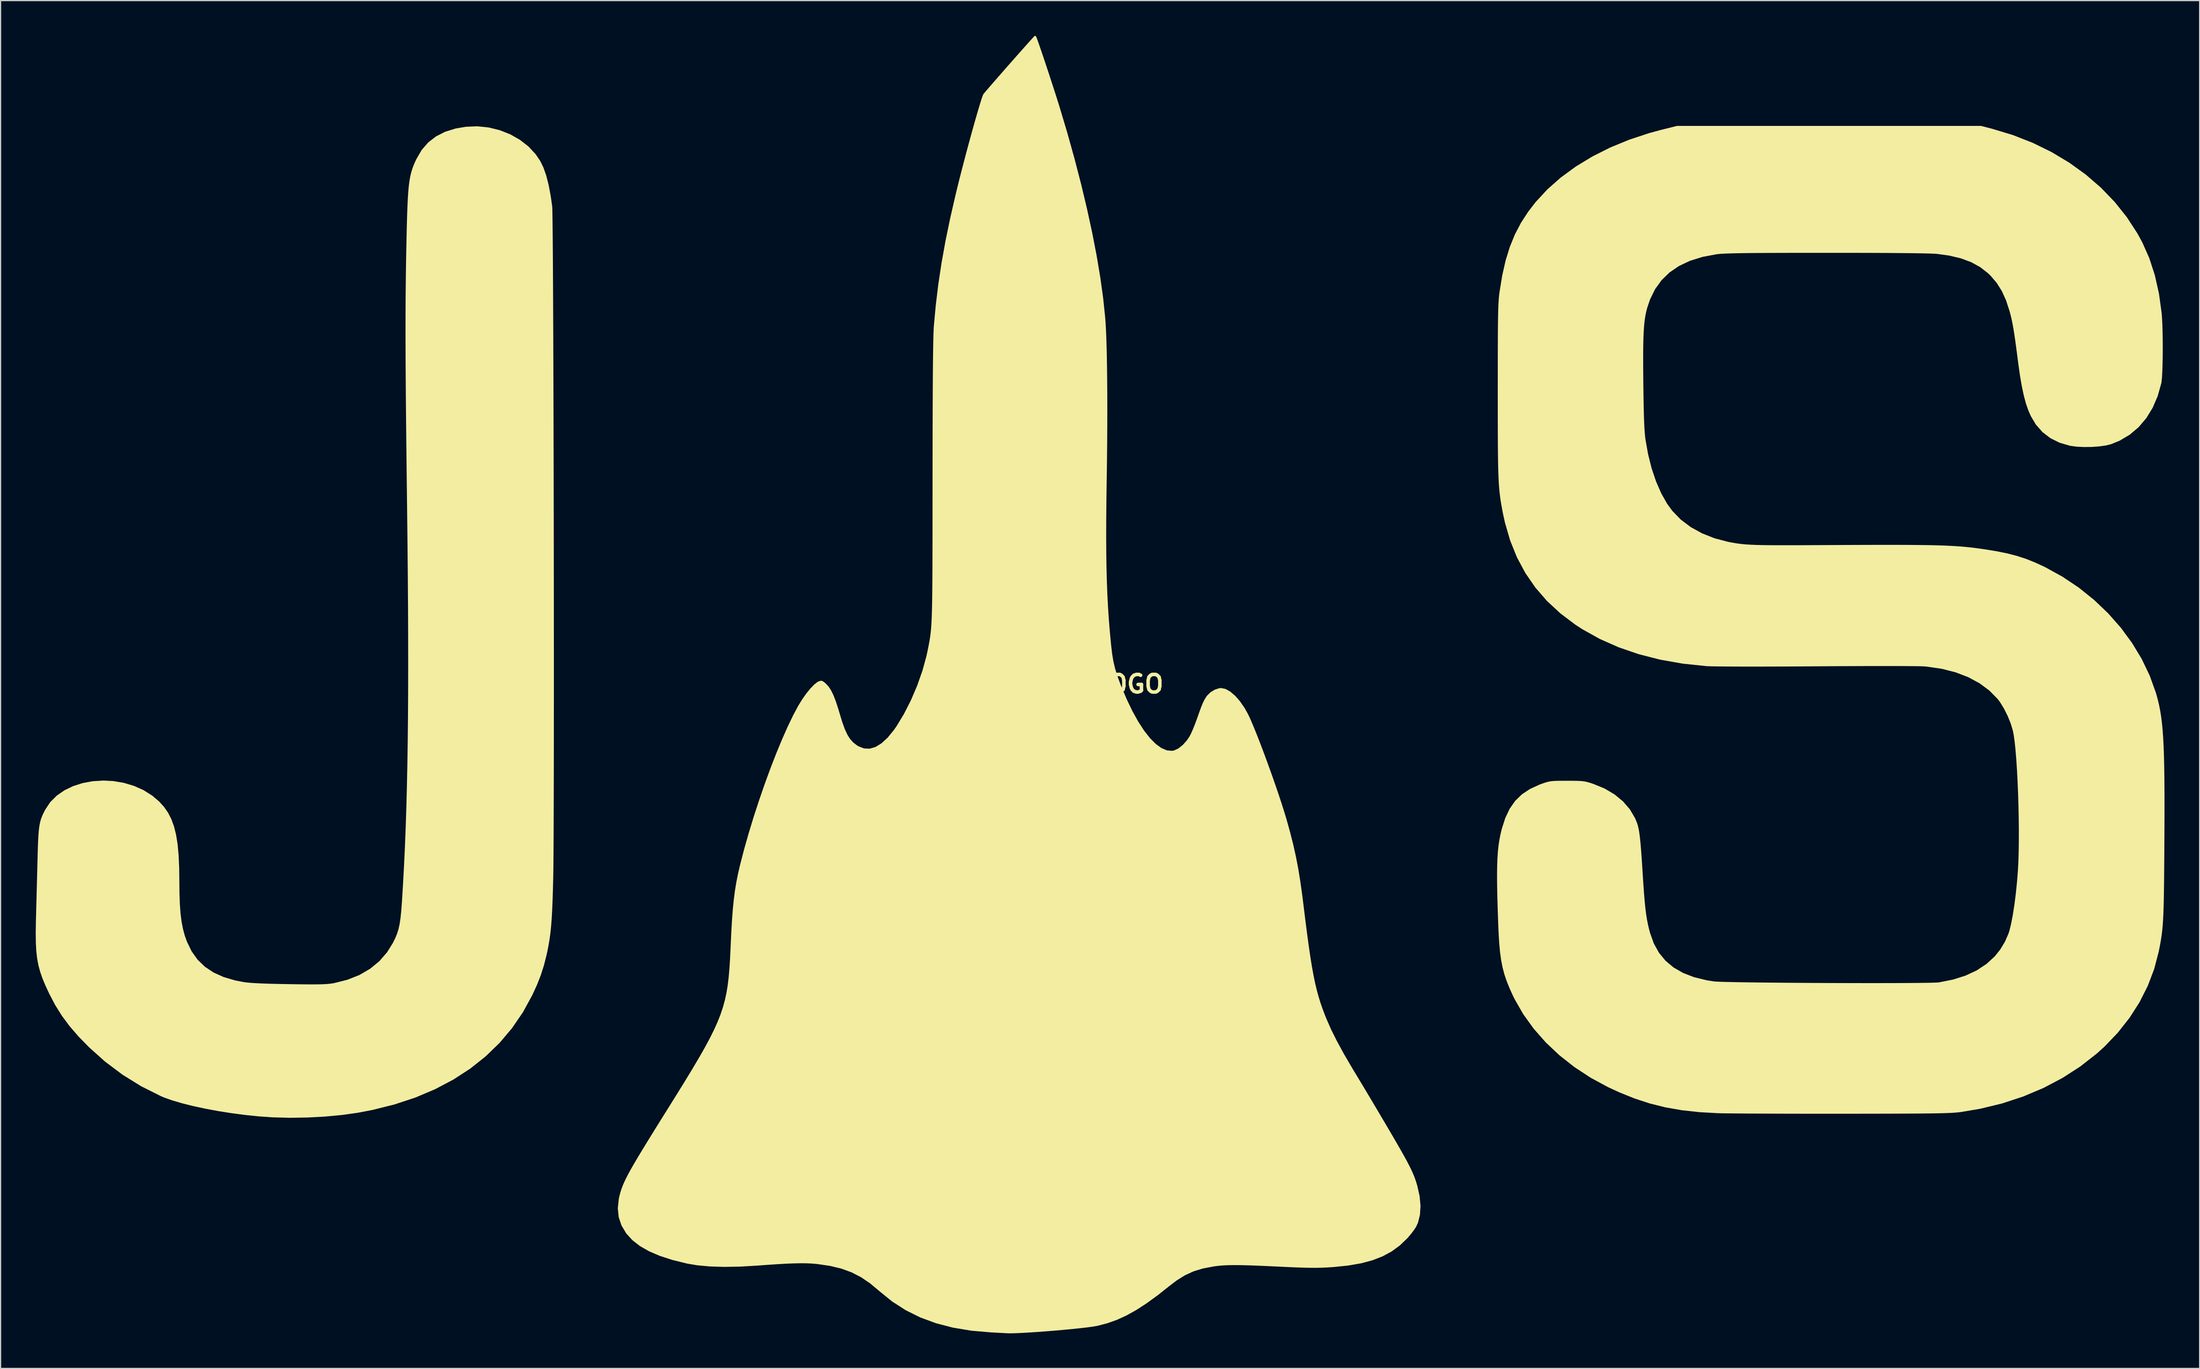
<source format=kicad_pcb>
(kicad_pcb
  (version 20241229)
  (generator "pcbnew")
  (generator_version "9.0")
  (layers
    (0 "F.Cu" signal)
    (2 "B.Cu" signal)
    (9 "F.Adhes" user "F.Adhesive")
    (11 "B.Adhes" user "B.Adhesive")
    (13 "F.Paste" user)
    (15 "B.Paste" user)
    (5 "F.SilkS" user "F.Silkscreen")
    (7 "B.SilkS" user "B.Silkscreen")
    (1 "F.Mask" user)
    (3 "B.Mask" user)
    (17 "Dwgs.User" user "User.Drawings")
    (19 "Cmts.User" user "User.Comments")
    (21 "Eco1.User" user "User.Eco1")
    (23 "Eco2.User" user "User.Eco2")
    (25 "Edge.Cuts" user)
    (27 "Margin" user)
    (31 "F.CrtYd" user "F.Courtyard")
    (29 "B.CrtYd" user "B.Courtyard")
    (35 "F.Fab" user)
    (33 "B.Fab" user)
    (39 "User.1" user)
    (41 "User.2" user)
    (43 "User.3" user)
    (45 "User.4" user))
  (footprint "JAS_LOGO"
    (layer "F.Cu")
    (at 90.833 55.371)
    (property "Reference" "JAS_LOGO" (at 0 0 0) (layer "F.SilkS") (effects (font (size 1.5 1.5) (thickness 0.3))))
    (attr board_only exclude_from_pos_files exclude_from_bom)
    (fp_poly (pts (xy -52.162 -47.535) (xy -51.216 -47.303) (xy -50.321 -46.949) (xy -49.497 -46.482) (xy -48.766 -45.912) (xy -48.148 -45.249) (xy -47.753 -44.663) (xy -47.484 -44.109) (xy -47.25 -43.44) (xy -47.045 -42.643) (xy -46.867 -41.702) (xy -46.738 -40.809) (xy -46.73 -40.658) (xy -46.721 -40.346) (xy -46.713 -39.879) (xy -46.705 -39.267) (xy -46.697 -38.515) (xy -46.689 -37.633) (xy -46.681 -36.628) (xy -46.674 -35.507) (xy -46.667 -34.279) (xy -46.66 -32.95) (xy -46.654 -31.529) (xy -46.647 -30.023) (xy -46.642 -28.44) (xy -46.636 -26.788) (xy -46.63 -25.075) (xy -46.625 -23.307) (xy -46.621 -21.493) (xy -46.616 -19.641) (xy -46.612 -17.757) (xy -46.609 -15.851) (xy -46.605 -13.929) (xy -46.602 -11.999) (xy -46.6 -10.069) (xy -46.598 -8.147) (xy -46.596 -6.24) (xy -46.595 -4.357) (xy -46.594 -2.503) (xy -46.594 -0.689) (xy -46.594 1.08) (xy -46.595 2.795) (xy -46.596 4.448) (xy -46.598 6.032) (xy -46.6 7.54) (xy -46.603 8.963) (xy -46.607 10.293) (xy -46.611 11.524) (xy -46.615 12.647) (xy -46.62 13.655) (xy -46.626 14.539) (xy -46.632 15.293) (xy -46.639 15.909) (xy -46.647 16.378) (xy -46.648 16.468) (xy -46.676 17.565) (xy -46.706 18.513) (xy -46.74 19.335) (xy -46.781 20.052) (xy -46.83 20.684) (xy -46.889 21.252) (xy -46.96 21.779) (xy -47.044 22.284) (xy -47.143 22.791) (xy -47.212 23.107) (xy -47.439 24.011) (xy -47.706 24.851) (xy -48.038 25.695) (xy -48.429 26.55) (xy -49.231 28.019) (xy -50.165 29.384) (xy -51.23 30.645) (xy -52.422 31.799) (xy -53.739 32.844) (xy -55.178 33.779) (xy -56.737 34.601) (xy -58.412 35.31) (xy -60.201 35.902) (xy -62.102 36.377) (xy -63.354 36.615) (xy -64.693 36.802) (xy -66.14 36.938) (xy -67.641 37.018) (xy -69.142 37.041) (xy -70.588 37.003) (xy -70.704 36.997) (xy -71.798 36.92) (xy -72.932 36.803) (xy -74.08 36.653) (xy -75.218 36.474) (xy -76.321 36.27) (xy -77.364 36.046) (xy -78.322 35.807) (xy -79.171 35.558) (xy -79.886 35.304) (xy -80.137 35.198) (xy -81.82 34.354) (xy -83.409 33.371) (xy -84.91 32.245) (xy -86.264 31.033) (xy -87.167 30.111) (xy -87.938 29.22) (xy -88.6 28.327) (xy -89.179 27.4) (xy -89.673 26.458) (xy -89.987 25.784) (xy -90.244 25.174) (xy -90.446 24.598) (xy -90.601 24.03) (xy -90.712 23.441) (xy -90.784 22.804) (xy -90.822 22.089) (xy -90.833 21.27) (xy -90.819 20.317) (xy -90.812 20.038) (xy -90.793 19.321) (xy -90.771 18.485) (xy -90.747 17.581) (xy -90.723 16.66) (xy -90.7 15.773) (xy -90.681 15.028) (xy -90.658 14.194) (xy -90.634 13.506) (xy -90.605 12.944) (xy -90.568 12.485) (xy -90.52 12.108) (xy -90.457 11.79) (xy -90.377 11.509) (xy -90.275 11.244) (xy -90.148 10.972) (xy -90.024 10.73) (xy -89.593 10.083) (xy -89.039 9.53) (xy -88.382 9.074) (xy -87.64 8.716) (xy -86.831 8.457) (xy -85.975 8.298) (xy -85.09 8.241) (xy -84.194 8.287) (xy -83.307 8.438) (xy -82.447 8.694) (xy -81.633 9.057) (xy -80.883 9.529) (xy -80.283 10.042) (xy -79.879 10.492) (xy -79.537 10.984) (xy -79.254 11.534) (xy -79.026 12.158) (xy -78.849 12.871) (xy -78.719 13.69) (xy -78.632 14.63) (xy -78.584 15.706) (xy -78.571 16.806) (xy -78.56 17.873) (xy -78.527 18.794) (xy -78.468 19.593) (xy -78.38 20.291) (xy -78.261 20.912) (xy -78.108 21.478) (xy -77.922 22.001) (xy -77.518 22.831) (xy -77.009 23.543) (xy -76.388 24.143) (xy -75.649 24.635) (xy -74.784 25.024) (xy -73.788 25.315) (xy -73.068 25.454) (xy -72.719 25.497) (xy -72.245 25.534) (xy -71.638 25.565) (xy -70.887 25.592) (xy -69.983 25.614) (xy -69.173 25.628) (xy -68.335 25.64) (xy -67.646 25.647) (xy -67.085 25.648) (xy -66.633 25.644) (xy -66.267 25.634) (xy -65.968 25.617) (xy -65.716 25.593) (xy -65.489 25.561) (xy -65.336 25.534) (xy -64.204 25.248) (xy -63.185 24.841) (xy -62.283 24.314) (xy -61.5 23.671) (xy -60.839 22.911) (xy -60.333 22.098) (xy -60.138 21.702) (xy -59.983 21.325) (xy -59.861 20.934) (xy -59.765 20.501) (xy -59.689 19.993) (xy -59.626 19.381) (xy -59.569 18.634) (xy -59.563 18.543) (xy -59.471 17.044) (xy -59.387 15.504) (xy -59.312 13.915) (xy -59.247 12.269) (xy -59.19 10.557) (xy -59.143 8.771) (xy -59.104 6.901) (xy -59.073 4.94) (xy -59.051 2.879) (xy -59.038 0.71) (xy -59.033 -1.577) (xy -59.036 -3.989) (xy -59.046 -6.535) (xy -59.065 -9.224) (xy -59.092 -12.065) (xy -59.127 -15.065) (xy -59.13 -15.367) (xy -59.157 -17.495) (xy -59.18 -19.465) (xy -59.2 -21.288) (xy -59.218 -22.977) (xy -59.232 -24.541) (xy -59.243 -25.993) (xy -59.252 -27.344) (xy -59.257 -28.605) (xy -59.26 -29.787) (xy -59.259 -30.903) (xy -59.256 -31.963) (xy -59.251 -32.979) (xy -59.242 -33.962) (xy -59.231 -34.924) (xy -59.217 -35.875) (xy -59.2 -36.827) (xy -59.18 -37.792) (xy -59.179 -37.837) (xy -59.154 -38.959) (xy -59.127 -39.927) (xy -59.098 -40.759) (xy -59.064 -41.469) (xy -59.023 -42.075) (xy -58.974 -42.591) (xy -58.914 -43.035) (xy -58.841 -43.422) (xy -58.754 -43.768) (xy -58.65 -44.09) (xy -58.528 -44.403) (xy -58.386 -44.724) (xy -58.325 -44.851) (xy -57.879 -45.615) (xy -57.325 -46.254) (xy -56.66 -46.77) (xy -55.88 -47.167) (xy -54.98 -47.447) (xy -54.118 -47.594) (xy -53.136 -47.636)) (stroke (width 0) (type solid)) (fill yes) (layer "F.SilkS"))
    (fp_poly (pts (xy -5.437 -55.318) (xy -5.416 -55.287) (xy -5.368 -55.173) (xy -5.275 -54.919) (xy -5.144 -54.545) (xy -4.982 -54.073) (xy -4.796 -53.524) (xy -4.593 -52.918) (xy -4.381 -52.278) (xy -4.166 -51.623) (xy -3.955 -50.975) (xy -3.755 -50.355) (xy -3.573 -49.783) (xy -3.428 -49.318) (xy -2.76 -47.085) (xy -2.144 -44.875) (xy -1.582 -42.706) (xy -1.077 -40.591) (xy -0.633 -38.546) (xy -0.253 -36.585) (xy 0.059 -34.725) (xy 0.301 -32.98) (xy 0.47 -31.365) (xy 0.509 -30.861) (xy 0.547 -30.192) (xy 0.58 -29.369) (xy 0.607 -28.408) (xy 0.629 -27.324) (xy 0.644 -26.132) (xy 0.654 -24.849) (xy 0.657 -23.488) (xy 0.654 -22.067) (xy 0.645 -20.6) (xy 0.63 -19.102) (xy 0.608 -17.611) (xy 0.582 -15.819) (xy 0.566 -14.178) (xy 0.561 -12.673) (xy 0.568 -11.284) (xy 0.587 -9.996) (xy 0.618 -8.79) (xy 0.662 -7.65) (xy 0.719 -6.558) (xy 0.79 -5.496) (xy 0.876 -4.449) (xy 0.976 -3.398) (xy 0.981 -3.344) (xy 1.069 -2.595) (xy 1.174 -1.955) (xy 1.31 -1.365) (xy 1.491 -0.766) (xy 1.734 -0.099) (xy 1.833 0.156) (xy 2.313 1.295) (xy 2.805 2.317) (xy 3.305 3.217) (xy 3.807 3.988) (xy 4.307 4.624) (xy 4.8 5.119) (xy 5.281 5.468) (xy 5.745 5.664) (xy 6.187 5.701) (xy 6.364 5.669) (xy 6.724 5.501) (xy 7.099 5.203) (xy 7.453 4.806) (xy 7.677 4.474) (xy 7.806 4.222) (xy 7.968 3.856) (xy 8.144 3.42) (xy 8.314 2.96) (xy 8.342 2.879) (xy 8.535 2.332) (xy 8.69 1.917) (xy 8.821 1.601) (xy 8.941 1.356) (xy 9.065 1.149) (xy 9.178 0.987) (xy 9.462 0.704) (xy 9.828 0.482) (xy 10.21 0.355) (xy 10.378 0.339) (xy 10.75 0.417) (xy 11.151 0.642) (xy 11.567 0.996) (xy 11.978 1.464) (xy 12.37 2.028) (xy 12.676 2.576) (xy 12.874 2.998) (xy 13.114 3.559) (xy 13.389 4.235) (xy 13.689 5.002) (xy 14.006 5.838) (xy 14.332 6.719) (xy 14.657 7.621) (xy 14.974 8.522) (xy 15.273 9.398) (xy 15.547 10.226) (xy 15.787 10.983) (xy 15.964 11.574) (xy 16.271 12.677) (xy 16.533 13.713) (xy 16.758 14.722) (xy 16.956 15.749) (xy 17.133 16.834) (xy 17.3 18.021) (xy 17.397 18.796) (xy 17.562 20.136) (xy 17.715 21.323) (xy 17.858 22.374) (xy 17.994 23.303) (xy 18.127 24.126) (xy 18.26 24.86) (xy 18.396 25.519) (xy 18.538 26.12) (xy 18.69 26.679) (xy 18.854 27.211) (xy 19.034 27.731) (xy 19.233 28.257) (xy 19.36 28.575) (xy 19.761 29.488) (xy 20.261 30.492) (xy 20.865 31.599) (xy 21.578 32.818) (xy 21.683 32.992) (xy 22.024 33.556) (xy 22.405 34.189) (xy 22.79 34.831) (xy 23.143 35.422) (xy 23.325 35.729) (xy 23.954 36.792) (xy 24.503 37.721) (xy 24.977 38.529) (xy 25.383 39.227) (xy 25.728 39.828) (xy 26.018 40.344) (xy 26.259 40.785) (xy 26.457 41.166) (xy 26.619 41.496) (xy 26.752 41.788) (xy 26.862 42.055) (xy 26.954 42.308) (xy 27.036 42.558) (xy 27.114 42.819) (xy 27.121 42.841) (xy 27.321 43.73) (xy 27.398 44.563) (xy 27.352 45.323) (xy 27.184 45.993) (xy 27.027 46.341) (xy 26.863 46.597) (xy 26.623 46.916) (xy 26.35 47.242) (xy 26.256 47.345) (xy 25.63 47.945) (xy 24.94 48.451) (xy 24.171 48.869) (xy 23.308 49.206) (xy 22.334 49.467) (xy 21.234 49.659) (xy 19.993 49.787) (xy 19.812 49.799) (xy 19.36 49.827) (xy 18.929 49.845) (xy 18.492 49.854) (xy 18.021 49.853) (xy 17.488 49.843) (xy 16.865 49.822) (xy 16.125 49.791) (xy 15.367 49.755) (xy 14.328 49.707) (xy 13.441 49.669) (xy 12.686 49.642) (xy 12.045 49.626) (xy 11.501 49.622) (xy 11.035 49.628) (xy 10.629 49.645) (xy 10.265 49.672) (xy 9.924 49.711) (xy 9.715 49.74) (xy 8.813 49.913) (xy 8.024 50.154) (xy 7.3 50.484) (xy 6.59 50.925) (xy 5.954 51.41) (xy 4.932 52.218) (xy 3.992 52.9) (xy 3.114 53.468) (xy 2.28 53.931) (xy 1.471 54.3) (xy 0.666 54.586) (xy -0.152 54.8) (xy -0.225 54.815) (xy -0.568 54.875) (xy -1.047 54.94) (xy -1.637 55.009) (xy -2.312 55.079) (xy -3.046 55.149) (xy -3.813 55.217) (xy -4.588 55.279) (xy -5.345 55.335) (xy -6.058 55.382) (xy -6.702 55.418) (xy -7.249 55.441) (xy -7.676 55.449) (xy -7.916 55.442) (xy -8.06 55.434) (xy -8.337 55.419) (xy -8.71 55.399) (xy -9.143 55.376) (xy -9.271 55.37) (xy -10.953 55.224) (xy -12.515 54.965) (xy -13.963 54.589) (xy -15.307 54.094) (xy -16.552 53.476) (xy -17.708 52.734) (xy -18.78 51.865) (xy -18.802 51.845) (xy -19.589 51.187) (xy -20.37 50.656) (xy -21.179 50.24) (xy -22.047 49.923) (xy -23.008 49.691) (xy -24.094 49.532) (xy -24.172 49.523) (xy -24.584 49.488) (xy -25.034 49.468) (xy -25.543 49.464) (xy -26.13 49.476) (xy -26.815 49.504) (xy -27.615 49.551) (xy -28.552 49.615) (xy -29.252 49.667) (xy -30.717 49.752) (xy -32.064 49.775) (xy -33.283 49.737) (xy -34.363 49.637) (xy -35.221 49.492) (xy -36.459 49.187) (xy -37.539 48.838) (xy -38.467 48.442) (xy -39.248 47.995) (xy -39.89 47.494) (xy -40.399 46.936) (xy -40.428 46.897) (xy -40.824 46.23) (xy -41.06 45.523) (xy -41.135 44.769) (xy -41.051 43.963) (xy -40.983 43.664) (xy -40.912 43.402) (xy -40.83 43.142) (xy -40.731 42.873) (xy -40.609 42.583) (xy -40.458 42.261) (xy -40.271 41.895) (xy -40.042 41.475) (xy -39.764 40.989) (xy -39.432 40.426) (xy -39.039 39.774) (xy -38.579 39.022) (xy -38.046 38.159) (xy -37.433 37.174) (xy -36.874 36.28) (xy -36.075 34.999) (xy -35.363 33.846) (xy -34.732 32.808) (xy -34.178 31.87) (xy -33.694 31.02) (xy -33.277 30.243) (xy -32.92 29.526) (xy -32.617 28.854) (xy -32.365 28.215) (xy -32.158 27.594) (xy -31.99 26.978) (xy -31.855 26.353) (xy -31.75 25.704) (xy -31.668 25.019) (xy -31.605 24.284) (xy -31.554 23.485) (xy -31.511 22.607) (xy -31.496 22.267) (xy -31.442 21.107) (xy -31.381 20.09) (xy -31.312 19.191) (xy -31.23 18.382) (xy -31.133 17.64) (xy -31.018 16.937) (xy -30.882 16.248) (xy -30.721 15.546) (xy -30.695 15.437) (xy -30.352 14.114) (xy -29.963 12.745) (xy -29.538 11.35) (xy -29.082 9.952) (xy -28.606 8.571) (xy -28.115 7.229) (xy -27.618 5.947) (xy -27.122 4.746) (xy -26.636 3.647) (xy -26.167 2.672) (xy -25.723 1.842) (xy -25.718 1.834) (xy -25.388 1.298) (xy -25.04 0.805) (xy -24.693 0.379) (xy -24.369 0.043) (xy -24.088 -0.178) (xy -23.957 -0.242) (xy -23.794 -0.284) (xy -23.659 -0.258) (xy -23.496 -0.144) (xy -23.364 -0.029) (xy -23.135 0.22) (xy -22.923 0.544) (xy -22.719 0.965) (xy -22.512 1.503) (xy -22.294 2.179) (xy -22.193 2.52) (xy -21.969 3.254) (xy -21.757 3.842) (xy -21.543 4.309) (xy -21.314 4.676) (xy -21.058 4.967) (xy -20.761 5.204) (xy -20.593 5.31) (xy -20.12 5.498) (xy -19.633 5.519) (xy -19.134 5.373) (xy -18.624 5.061) (xy -18.104 4.584) (xy -17.578 3.942) (xy -17.342 3.606) (xy -16.702 2.549) (xy -16.106 1.374) (xy -15.575 0.13) (xy -15.129 -1.136) (xy -14.789 -2.373) (xy -14.697 -2.794) (xy -14.64 -3.082) (xy -14.587 -3.347) (xy -14.54 -3.598) (xy -14.498 -3.843) (xy -14.46 -4.093) (xy -14.427 -4.356) (xy -14.398 -4.643) (xy -14.372 -4.962) (xy -14.351 -5.323) (xy -14.332 -5.736) (xy -14.317 -6.209) (xy -14.304 -6.752) (xy -14.293 -7.375) (xy -14.285 -8.086) (xy -14.279 -8.896) (xy -14.274 -9.813) (xy -14.271 -10.847) (xy -14.268 -12.007) (xy -14.266 -13.303) (xy -14.265 -14.744) (xy -14.264 -16.34) (xy -14.264 -17.357) (xy -14.262 -19.249) (xy -14.259 -20.977) (xy -14.255 -22.546) (xy -14.25 -23.961) (xy -14.244 -25.227) (xy -14.237 -26.349) (xy -14.229 -27.332) (xy -14.219 -28.181) (xy -14.208 -28.901) (xy -14.196 -29.497) (xy -14.183 -29.975) (xy -14.167 -30.339) (xy -14.153 -30.565) (xy -13.988 -32.356) (xy -13.77 -34.146) (xy -13.496 -35.965) (xy -13.159 -37.837) (xy -12.756 -39.792) (xy -12.281 -41.856) (xy -12.019 -42.926) (xy -11.815 -43.73) (xy -11.6 -44.559) (xy -11.379 -45.396) (xy -11.157 -46.222) (xy -10.938 -47.022) (xy -10.728 -47.776) (xy -10.531 -48.469) (xy -10.352 -49.081) (xy -10.197 -49.597) (xy -10.07 -49.998) (xy -9.975 -50.266) (xy -9.926 -50.377) (xy -9.849 -50.473) (xy -9.675 -50.679) (xy -9.419 -50.976) (xy -9.096 -51.349) (xy -8.721 -51.779) (xy -8.309 -52.25) (xy -7.876 -52.744) (xy -7.436 -53.243) (xy -7.005 -53.732) (xy -6.598 -54.191) (xy -6.229 -54.605) (xy -5.915 -54.956) (xy -5.671 -55.226) (xy -5.614 -55.287) (xy -5.512 -55.371)) (stroke (width 0) (type solid)) (fill yes) (layer "F.SilkS"))
    (fp_poly (pts (xy 76.215 -47.419) (xy 77.986 -46.883) (xy 79.678 -46.218) (xy 81.283 -45.43) (xy 82.794 -44.525) (xy 84.2 -43.51) (xy 85.493 -42.392) (xy 86.664 -41.177) (xy 87.705 -39.872) (xy 88.607 -38.485) (xy 89.029 -37.711) (xy 89.62 -36.377) (xy 90.092 -34.926) (xy 90.444 -33.362) (xy 90.675 -31.692) (xy 90.675 -31.69) (xy 90.71 -31.227) (xy 90.738 -30.661) (xy 90.756 -30.021) (xy 90.767 -29.334) (xy 90.77 -28.631) (xy 90.765 -27.938) (xy 90.752 -27.284) (xy 90.732 -26.698) (xy 90.705 -26.207) (xy 90.67 -25.84) (xy 90.646 -25.692) (xy 90.337 -24.591) (xy 89.908 -23.594) (xy 89.364 -22.709) (xy 88.711 -21.941) (xy 87.954 -21.3) (xy 87.1 -20.791) (xy 86.36 -20.487) (xy 85.905 -20.374) (xy 85.333 -20.295) (xy 84.695 -20.25) (xy 84.04 -20.243) (xy 83.418 -20.274) (xy 82.879 -20.346) (xy 82.845 -20.352) (xy 81.959 -20.611) (xy 81.175 -21.002) (xy 80.497 -21.523) (xy 79.93 -22.171) (xy 79.502 -22.893) (xy 79.28 -23.405) (xy 79.082 -23.984) (xy 78.904 -24.649) (xy 78.74 -25.419) (xy 78.585 -26.316) (xy 78.437 -27.358) (xy 78.405 -27.606) (xy 78.291 -28.484) (xy 78.192 -29.217) (xy 78.104 -29.828) (xy 78.022 -30.34) (xy 77.944 -30.777) (xy 77.864 -31.162) (xy 77.779 -31.518) (xy 77.695 -31.835) (xy 77.391 -32.769) (xy 77.03 -33.568) (xy 76.594 -34.261) (xy 76.069 -34.875) (xy 75.856 -35.081) (xy 75.191 -35.603) (xy 74.424 -36.026) (xy 73.544 -36.355) (xy 72.537 -36.594) (xy 71.507 -36.737) (xy 71.236 -36.755) (xy 70.797 -36.771) (xy 70.193 -36.785) (xy 69.427 -36.797) (xy 68.5 -36.807) (xy 67.415 -36.816) (xy 66.173 -36.822) (xy 64.778 -36.826) (xy 63.231 -36.828) (xy 62.067 -36.828) (xy 60.615 -36.828) (xy 59.322 -36.826) (xy 58.178 -36.824) (xy 57.174 -36.82) (xy 56.298 -36.815) (xy 55.543 -36.809) (xy 54.896 -36.801) (xy 54.349 -36.792) (xy 53.891 -36.781) (xy 53.512 -36.768) (xy 53.203 -36.753) (xy 52.953 -36.736) (xy 52.752 -36.716) (xy 52.663 -36.705) (xy 51.468 -36.48) (xy 50.405 -36.147) (xy 49.47 -35.707) (xy 48.663 -35.156) (xy 47.981 -34.495) (xy 47.424 -33.722) (xy 46.989 -32.835) (xy 46.74 -32.089) (xy 46.657 -31.755) (xy 46.587 -31.401) (xy 46.53 -31.011) (xy 46.485 -30.568) (xy 46.451 -30.055) (xy 46.427 -29.458) (xy 46.413 -28.758) (xy 46.408 -27.941) (xy 46.41 -26.99) (xy 46.42 -25.888) (xy 46.422 -25.71) (xy 46.435 -24.674) (xy 46.45 -23.791) (xy 46.468 -23.046) (xy 46.489 -22.422) (xy 46.513 -21.904) (xy 46.542 -21.477) (xy 46.575 -21.124) (xy 46.602 -20.913) (xy 46.828 -19.63) (xy 47.133 -18.42) (xy 47.51 -17.299) (xy 47.951 -16.289) (xy 48.449 -15.407) (xy 48.898 -14.79) (xy 49.616 -14.05) (xy 50.464 -13.409) (xy 51.431 -12.874) (xy 52.504 -12.45) (xy 53.625 -12.155) (xy 53.943 -12.092) (xy 54.248 -12.038) (xy 54.554 -11.992) (xy 54.877 -11.954) (xy 55.231 -11.923) (xy 55.632 -11.899) (xy 56.094 -11.88) (xy 56.634 -11.868) (xy 57.265 -11.86) (xy 58.004 -11.856) (xy 58.865 -11.856) (xy 59.862 -11.859) (xy 61.013 -11.865) (xy 61.172 -11.865) (xy 62.833 -11.874) (xy 64.336 -11.881) (xy 65.691 -11.886) (xy 66.909 -11.888) (xy 68 -11.888) (xy 68.975 -11.884) (xy 69.845 -11.877) (xy 70.621 -11.867) (xy 71.313 -11.853) (xy 71.932 -11.835) (xy 72.488 -11.812) (xy 72.993 -11.785) (xy 73.456 -11.754) (xy 73.889 -11.717) (xy 74.303 -11.675) (xy 74.708 -11.627) (xy 75.114 -11.573) (xy 75.522 -11.515) (xy 76.566 -11.346) (xy 77.48 -11.161) (xy 78.305 -10.949) (xy 79.08 -10.697) (xy 79.844 -10.394) (xy 80.637 -10.028) (xy 80.724 -9.986) (xy 82.205 -9.171) (xy 83.602 -8.235) (xy 84.905 -7.189) (xy 86.104 -6.045) (xy 87.19 -4.814) (xy 88.15 -3.509) (xy 88.976 -2.141) (xy 89.656 -0.722) (xy 90.181 0.736) (xy 90.256 0.993) (xy 90.369 1.42) (xy 90.47 1.858) (xy 90.559 2.317) (xy 90.636 2.809) (xy 90.703 3.346) (xy 90.759 3.938) (xy 90.806 4.597) (xy 90.844 5.335) (xy 90.874 6.163) (xy 90.895 7.092) (xy 90.91 8.134) (xy 90.918 9.301) (xy 90.92 10.602) (xy 90.916 12.051) (xy 90.908 13.589) (xy 90.9 14.866) (xy 90.891 15.988) (xy 90.881 16.97) (xy 90.87 17.824) (xy 90.855 18.567) (xy 90.838 19.211) (xy 90.816 19.771) (xy 90.79 20.261) (xy 90.758 20.696) (xy 90.72 21.09) (xy 90.674 21.457) (xy 90.621 21.81) (xy 90.56 22.166) (xy 90.489 22.537) (xy 90.424 22.86) (xy 90.036 24.342) (xy 89.488 25.784) (xy 88.784 27.175) (xy 87.932 28.507) (xy 86.936 29.77) (xy 85.803 30.954) (xy 85.142 31.553) (xy 83.731 32.657) (xy 82.208 33.639) (xy 80.581 34.496) (xy 78.859 35.223) (xy 77.052 35.818) (xy 75.168 36.274) (xy 73.563 36.545) (xy 73.38 36.568) (xy 73.18 36.589) (xy 72.953 36.607) (xy 72.688 36.623) (xy 72.375 36.636) (xy 72.004 36.648) (xy 71.563 36.658) (xy 71.042 36.667) (xy 70.431 36.674) (xy 69.72 36.68) (xy 68.898 36.684) (xy 67.954 36.688) (xy 66.878 36.691) (xy 65.659 36.693) (xy 64.288 36.695) (xy 63.458 36.696) (xy 62.195 36.696) (xy 60.954 36.696) (xy 59.748 36.694) (xy 58.591 36.692) (xy 57.497 36.688) (xy 56.479 36.684) (xy 55.551 36.68) (xy 54.727 36.674) (xy 54.021 36.668) (xy 53.446 36.662) (xy 53.016 36.655) (xy 52.79 36.649) (xy 51.184 36.558) (xy 49.701 36.395) (xy 48.309 36.151) (xy 46.974 35.818) (xy 45.663 35.389) (xy 44.344 34.856) (xy 43.392 34.414) (xy 41.912 33.613) (xy 40.528 32.703) (xy 39.25 31.696) (xy 38.09 30.601) (xy 37.059 29.429) (xy 36.168 28.191) (xy 35.427 26.896) (xy 35.306 26.65) (xy 35.009 25.999) (xy 34.764 25.393) (xy 34.564 24.805) (xy 34.405 24.207) (xy 34.281 23.571) (xy 34.186 22.87) (xy 34.114 22.075) (xy 34.06 21.159) (xy 34.029 20.405) (xy 33.986 19.154) (xy 33.955 18.057) (xy 33.938 17.096) (xy 33.933 16.257) (xy 33.943 15.522) (xy 33.966 14.876) (xy 34.006 14.302) (xy 34.06 13.786) (xy 34.132 13.31) (xy 34.22 12.859) (xy 34.326 12.416) (xy 34.337 12.373) (xy 34.636 11.438) (xy 35.013 10.645) (xy 35.48 9.978) (xy 36.051 9.422) (xy 36.741 8.963) (xy 37.562 8.585) (xy 37.804 8.496) (xy 38.063 8.408) (xy 38.287 8.345) (xy 38.513 8.303) (xy 38.775 8.277) (xy 39.111 8.264) (xy 39.557 8.26) (xy 39.92 8.259) (xy 40.453 8.261) (xy 40.854 8.269) (xy 41.162 8.286) (xy 41.415 8.319) (xy 41.65 8.37) (xy 41.907 8.446) (xy 42.164 8.531) (xy 43.119 8.924) (xy 43.961 9.422) (xy 44.681 10.014) (xy 45.269 10.693) (xy 45.715 11.449) (xy 45.889 11.876) (xy 45.959 12.102) (xy 46.021 12.368) (xy 46.078 12.693) (xy 46.13 13.094) (xy 46.181 13.589) (xy 46.232 14.196) (xy 46.286 14.932) (xy 46.343 15.815) (xy 46.357 16.044) (xy 46.42 17.016) (xy 46.478 17.84) (xy 46.537 18.539) (xy 46.596 19.135) (xy 46.661 19.65) (xy 46.733 20.106) (xy 46.815 20.524) (xy 46.91 20.927) (xy 46.996 21.253) (xy 47.32 22.158) (xy 47.759 22.95) (xy 48.318 23.63) (xy 49 24.202) (xy 49.809 24.668) (xy 50.749 25.032) (xy 51.822 25.295) (xy 52.451 25.395) (xy 52.652 25.411) (xy 53.007 25.426) (xy 53.502 25.44) (xy 54.122 25.454) (xy 54.855 25.467) (xy 55.687 25.479) (xy 56.602 25.49) (xy 57.589 25.5) (xy 58.631 25.509) (xy 59.717 25.517) (xy 60.831 25.524) (xy 61.961 25.53) (xy 63.091 25.534) (xy 64.209 25.537) (xy 65.299 25.539) (xy 66.35 25.539) (xy 67.346 25.538) (xy 68.273 25.535) (xy 69.118 25.53) (xy 69.867 25.524) (xy 70.506 25.516) (xy 71.021 25.507) (xy 71.398 25.495) (xy 71.624 25.482) (xy 71.656 25.478) (xy 72.866 25.237) (xy 73.943 24.895) (xy 74.894 24.45) (xy 75.725 23.899) (xy 76.424 23.259) (xy 76.89 22.676) (xy 77.294 22.008) (xy 77.596 21.32) (xy 77.673 21.082) (xy 77.824 20.469) (xy 77.969 19.715) (xy 78.104 18.846) (xy 78.225 17.891) (xy 78.328 16.878) (xy 78.398 16.002) (xy 78.44 15.247) (xy 78.467 14.392) (xy 78.481 13.457) (xy 78.483 12.464) (xy 78.472 11.434) (xy 78.45 10.388) (xy 78.418 9.346) (xy 78.376 8.329) (xy 78.325 7.359) (xy 78.266 6.456) (xy 78.2 5.641) (xy 78.127 4.935) (xy 78.047 4.359) (xy 77.973 3.977) (xy 77.79 3.37) (xy 77.531 2.728) (xy 77.221 2.106) (xy 76.888 1.56) (xy 76.68 1.282) (xy 75.97 0.557) (xy 75.129 -0.067) (xy 74.165 -0.588) (xy 73.088 -1.001) (xy 71.907 -1.303) (xy 70.628 -1.489) (xy 70.4 -1.509) (xy 70.195 -1.518) (xy 69.834 -1.526) (xy 69.329 -1.531) (xy 68.694 -1.536) (xy 67.942 -1.538) (xy 67.086 -1.539) (xy 66.138 -1.539) (xy 65.112 -1.536) (xy 64.022 -1.532) (xy 62.878 -1.527) (xy 61.696 -1.519) (xy 61.214 -1.516) (xy 59.842 -1.507) (xy 58.542 -1.5) (xy 57.322 -1.496) (xy 56.194 -1.493) (xy 55.169 -1.493) (xy 54.255 -1.496) (xy 53.463 -1.5) (xy 52.804 -1.507) (xy 52.288 -1.515) (xy 51.924 -1.526) (xy 51.784 -1.534) (xy 49.77 -1.746) (xy 47.851 -2.086) (xy 46.031 -2.551) (xy 44.315 -3.14) (xy 42.709 -3.851) (xy 41.216 -4.683) (xy 40.598 -5.086) (xy 39.323 -6.05) (xy 38.191 -7.103) (xy 37.199 -8.248) (xy 36.347 -9.487) (xy 35.631 -10.824) (xy 35.051 -12.262) (xy 34.603 -13.804) (xy 34.43 -14.605) (xy 34.357 -14.989) (xy 34.293 -15.347) (xy 34.236 -15.692) (xy 34.188 -16.036) (xy 34.146 -16.393) (xy 34.111 -16.774) (xy 34.081 -17.194) (xy 34.057 -17.666) (xy 34.038 -18.201) (xy 34.023 -18.813) (xy 34.012 -19.515) (xy 34.004 -20.319) (xy 33.999 -21.239) (xy 33.996 -22.288) (xy 33.995 -23.478) (xy 33.994 -24.822) (xy 33.994 -25.061) (xy 33.995 -26.366) (xy 33.996 -27.514) (xy 33.998 -28.517) (xy 34.001 -29.387) (xy 34.005 -30.136) (xy 34.011 -30.777) (xy 34.019 -31.321) (xy 34.029 -31.781) (xy 34.04 -32.169) (xy 34.055 -32.497) (xy 34.072 -32.778) (xy 34.092 -33.022) (xy 34.115 -33.243) (xy 34.141 -33.453) (xy 34.145 -33.486) (xy 34.375 -34.896) (xy 34.663 -36.168) (xy 35.019 -37.325) (xy 35.452 -38.389) (xy 35.971 -39.383) (xy 36.586 -40.332) (xy 37.225 -41.16) (xy 38.229 -42.247) (xy 39.379 -43.263) (xy 40.662 -44.201) (xy 42.07 -45.056) (xy 43.589 -45.82) (xy 45.21 -46.488) (xy 46.92 -47.053) (xy 47.908 -47.321) (xy 49.291 -47.667) (xy 62.274 -47.667) (xy 75.257 -47.667)) (stroke (width 0) (type solid)) (fill yes) (layer "F.SilkS")))
  (gr_rect
    (start -3 -3)
    (end 184.752 113.82)
    (stroke (width 0.1) (type default))
    (fill no)
    (layer "Edge.Cuts")))
</source>
